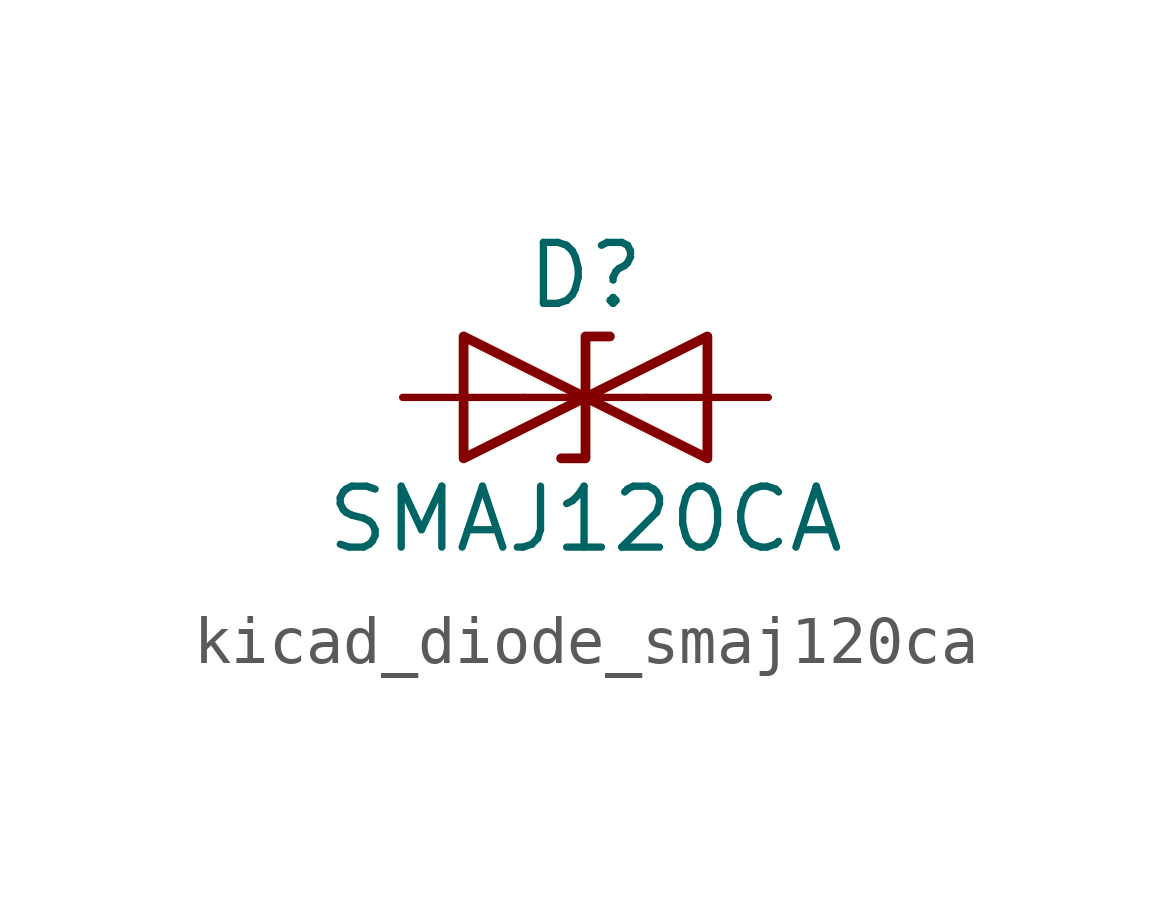
<source format=kicad_sym>
(kicad_symbol_lib
  (version 20220914)
  (generator kicad_symbol_editor)
  (symbol "kicad_diode_smaj120ca"
    (pin_numbers hide)
    (pin_names
      (offset 1.016) hide)
    (property "Reference" "D"
      (at 0 2.54 0)
      (effects (font (size 1.27 1.27))))
    (property "Value" "SMAJ120CA"
      (at 0 -2.54 0)
      (effects (font (size 1.27 1.27))))
    (symbol "kicad_diode_smaj120ca_0_1"
      (polyline (pts (xy 1.27 0) (xy -1.27 0)) (stroke (width 0) (type default)) (fill (type none)))
      (polyline (pts (xy -2.54 -1.27) (xy 0 0) (xy -2.54 1.27) (xy -2.54 -1.27)) (stroke (width 0.203) (type default)) (fill (type none)))
      (polyline (pts (xy 0.508 1.27) (xy 0 1.27) (xy 0 -1.27) (xy -0.508 -1.27)) (stroke (width 0.203) (type default)) (fill (type none)))
      (polyline (pts (xy 2.54 1.27) (xy 2.54 -1.27) (xy 0 0) (xy 2.54 1.27)) (stroke (width 0.203) (type default)) (fill (type none))))
    (symbol "kicad_diode_smaj120ca_1_1"
      (pin passive line (at -3.81 0 0) (length 2.54) (name "A1" (effects (font (size 1.27 1.27)))) (number "1" (effects (font (size 1.27 1.27)))))
      (pin passive line (at 3.81 0 180) (length 2.54) (name "A2" (effects (font (size 1.27 1.27)))) (number "2" (effects (font (size 1.27 1.27))))))))
</source>
